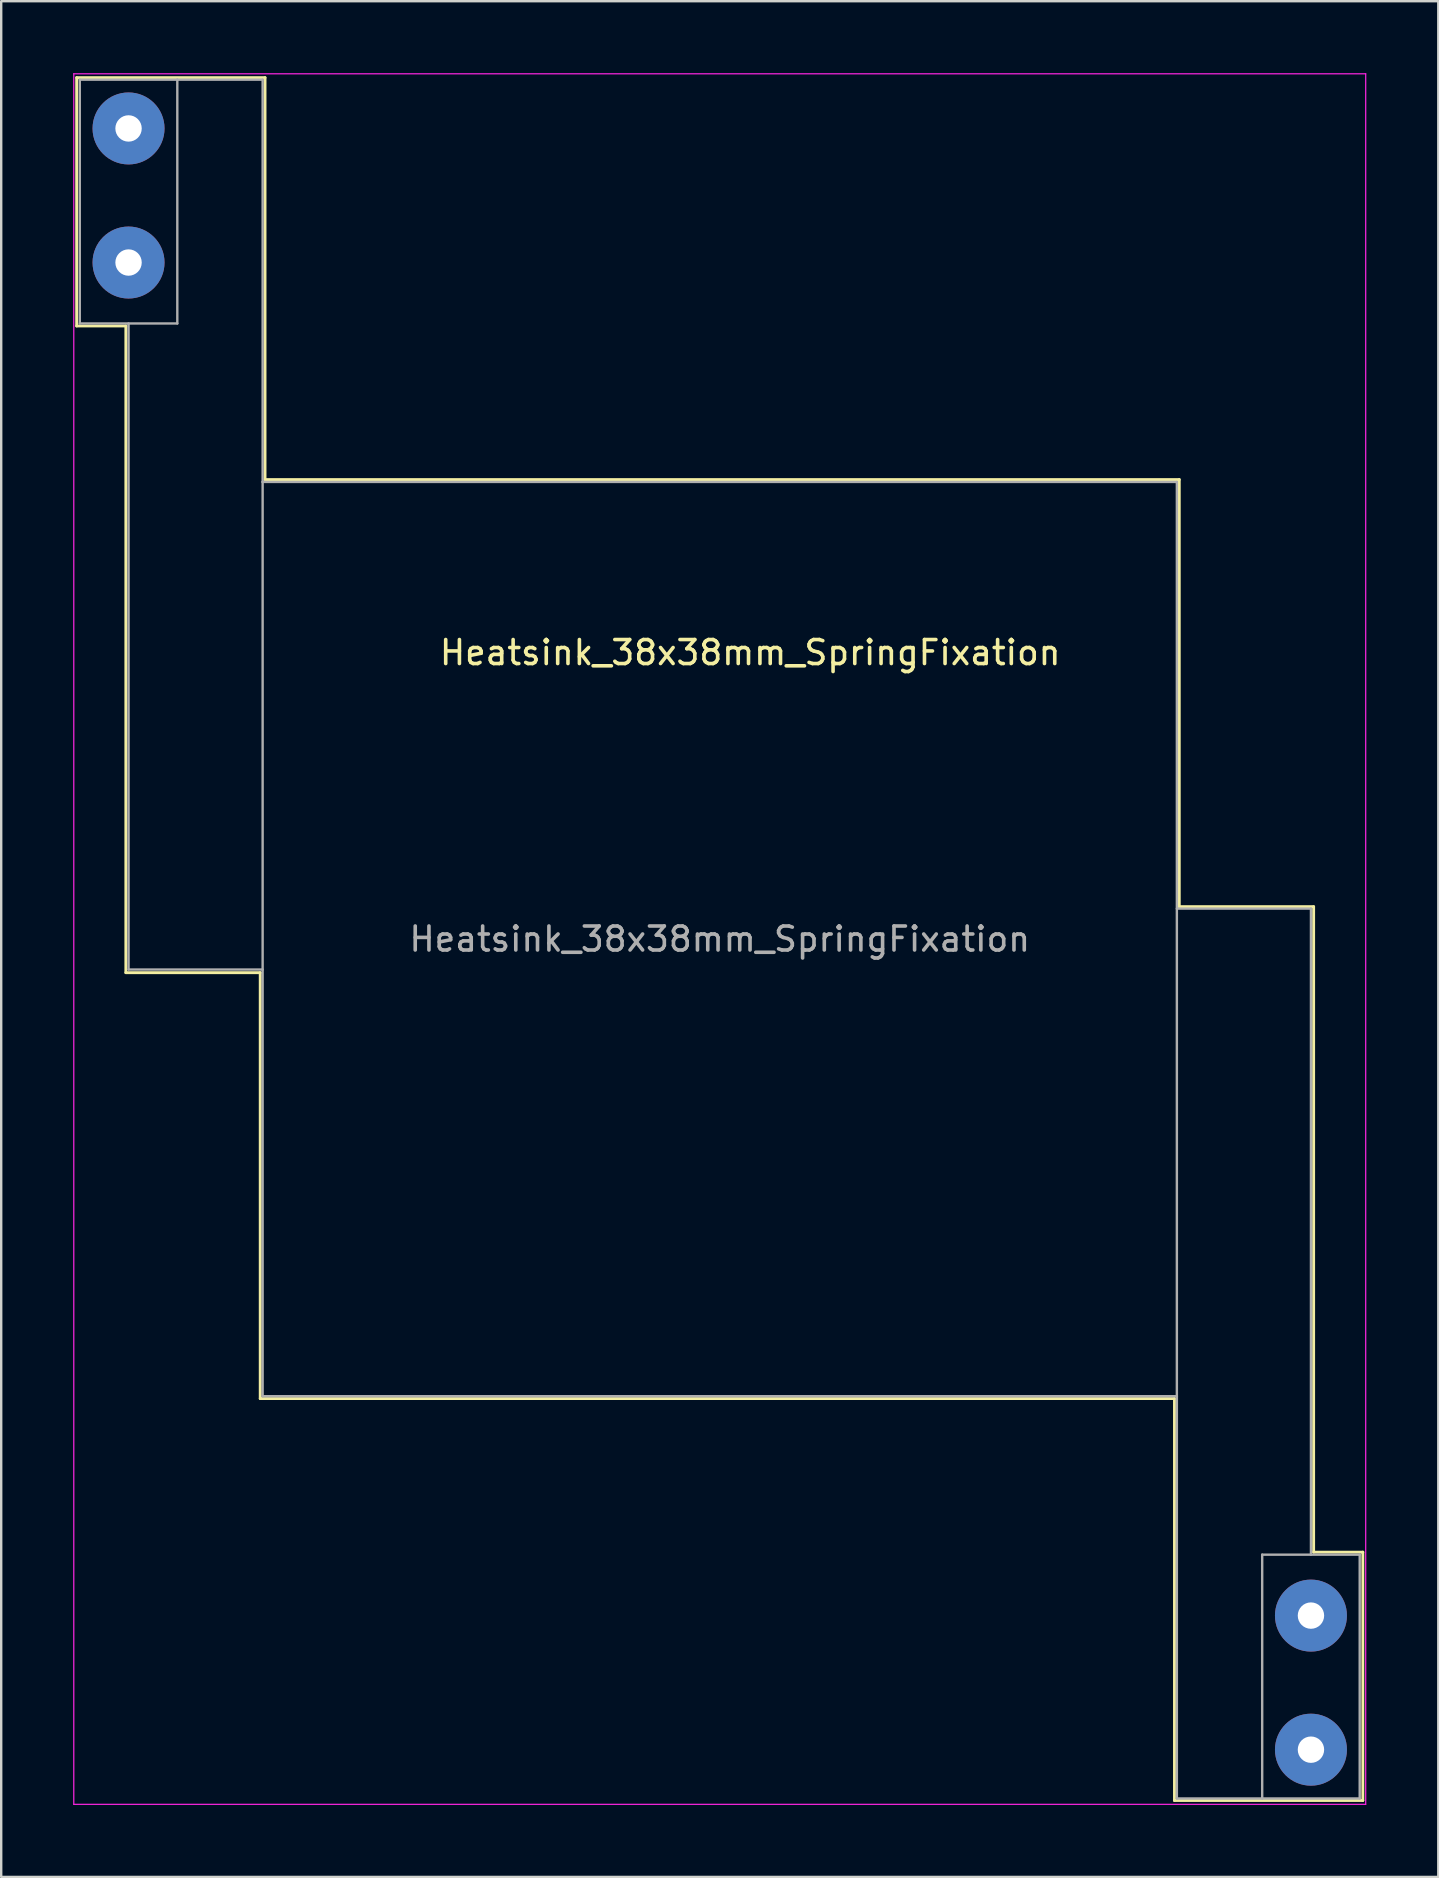
<source format=kicad_pcb>
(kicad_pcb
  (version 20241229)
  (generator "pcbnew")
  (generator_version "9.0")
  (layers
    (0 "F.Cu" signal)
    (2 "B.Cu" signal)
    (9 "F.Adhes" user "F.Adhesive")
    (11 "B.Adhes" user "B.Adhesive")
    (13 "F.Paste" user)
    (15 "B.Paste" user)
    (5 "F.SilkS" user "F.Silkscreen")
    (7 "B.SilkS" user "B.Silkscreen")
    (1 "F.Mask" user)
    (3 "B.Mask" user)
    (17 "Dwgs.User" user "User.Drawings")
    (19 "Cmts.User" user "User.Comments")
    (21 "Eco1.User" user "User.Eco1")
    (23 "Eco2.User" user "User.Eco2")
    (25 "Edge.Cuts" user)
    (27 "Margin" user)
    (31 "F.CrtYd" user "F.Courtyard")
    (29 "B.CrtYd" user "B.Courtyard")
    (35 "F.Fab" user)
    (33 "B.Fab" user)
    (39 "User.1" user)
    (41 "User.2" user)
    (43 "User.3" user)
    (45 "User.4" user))
  (footprint "Heatsink_38x38mm_SpringFixation"
    (layer "F.Cu")
    (at 7.895 55.135)
    (property "Reference" "Heatsink_38x38mm_SpringFixation" (at 20.32 -30.988 0) (layer "F.SilkS") (effects (font (size 1 1) (thickness 0.15))))
    (attr through_hole)
    (fp_line (start -7.75 -54.95) (end -7.75 -44.6) (stroke (width 0.12) (type solid)) (layer "F.SilkS"))
    (fp_line (start -7.75 -44.6) (end -5.7 -44.6) (stroke (width 0.12) (type solid)) (layer "F.SilkS"))
    (fp_line (start -5.7 -44.6) (end -5.7 -17.65) (stroke (width 0.12) (type solid)) (layer "F.SilkS"))
    (fp_line (start -5.7 -17.65) (end -0.1 -17.65) (stroke (width 0.12) (type solid)) (layer "F.SilkS"))
    (fp_line (start -0.1 -17.65) (end -0.1 0.1) (stroke (width 0.12) (type solid)) (layer "F.SilkS"))
    (fp_line (start -0.1 0.1) (end 38 0.1) (stroke (width 0.12) (type solid)) (layer "F.SilkS"))
    (fp_line (start 0.1 -54.95) (end -7.75 -54.95) (stroke (width 0.12) (type solid)) (layer "F.SilkS"))
    (fp_line (start 0.1 -38.2) (end 0.1 -54.95) (stroke (width 0.12) (type solid)) (layer "F.SilkS"))
    (fp_line (start 38 0.1) (end 38 16.85) (stroke (width 0.12) (type solid)) (layer "F.SilkS"))
    (fp_line (start 38 16.85) (end 45.85 16.85) (stroke (width 0.12) (type solid)) (layer "F.SilkS"))
    (fp_line (start 38.2 -38.2) (end 0.1 -38.2) (stroke (width 0.12) (type solid)) (layer "F.SilkS"))
    (fp_line (start 38.2 -20.4) (end 38.2 -38.2) (stroke (width 0.12) (type solid)) (layer "F.SilkS"))
    (fp_line (start 43.8 -20.4) (end 38.2 -20.4) (stroke (width 0.12) (type solid)) (layer "F.SilkS"))
    (fp_line (start 43.8 6.5) (end 43.8 -20.4) (stroke (width 0.12) (type solid)) (layer "F.SilkS"))
    (fp_line (start 45.85 6.5) (end 43.8 6.5) (stroke (width 0.12) (type solid)) (layer "F.SilkS"))
    (fp_line (start 45.85 16.85) (end 45.85 6.5) (stroke (width 0.12) (type solid)) (layer "F.SilkS"))
    (fp_line (start -7.87 -55.11) (end -7.87 17.01) (stroke (width 0.05) (type solid)) (layer "F.CrtYd"))
    (fp_line (start -7.87 -55.11) (end 45.97 -55.11) (stroke (width 0.05) (type solid)) (layer "F.CrtYd"))
    (fp_line (start 45.97 17.01) (end -7.87 17.01) (stroke (width 0.05) (type solid)) (layer "F.CrtYd"))
    (fp_line (start 45.97 17.01) (end 45.97 -55.11) (stroke (width 0.05) (type solid)) (layer "F.CrtYd"))
    (fp_line (start -7.62 -54.864) (end -7.62 -44.704) (stroke (width 0.1) (type solid)) (layer "F.Fab"))
    (fp_line (start -7.62 -44.704) (end -3.556 -44.704) (stroke (width 0.1) (type solid)) (layer "F.Fab"))
    (fp_line (start -5.588 -17.78) (end -5.588 -44.704) (stroke (width 0.1) (type solid)) (layer "F.Fab"))
    (fp_line (start -3.556 -54.864) (end -7.62 -54.864) (stroke (width 0.1) (type solid)) (layer "F.Fab"))
    (fp_line (start -3.556 -54.864) (end 0 -54.864) (stroke (width 0.1) (type solid)) (layer "F.Fab"))
    (fp_line (start -3.556 -44.704) (end -3.556 -54.864) (stroke (width 0.1) (type solid)) (layer "F.Fab"))
    (fp_line (start 0 -54.864) (end 0 -38.1) (stroke (width 0.1) (type solid)) (layer "F.Fab"))
    (fp_line (start 0 -38.1) (end 0 0) (stroke (width 0.1) (type solid)) (layer "F.Fab"))
    (fp_line (start 0 -17.78) (end -5.588 -17.78) (stroke (width 0.1) (type solid)) (layer "F.Fab"))
    (fp_line (start 0 0) (end 38.1 0) (stroke (width 0.1) (type solid)) (layer "F.Fab"))
    (fp_line (start 38.1 -38.1) (end 0 -38.1) (stroke (width 0.1) (type solid)) (layer "F.Fab"))
    (fp_line (start 38.1 -20.32) (end 43.688 -20.32) (stroke (width 0.1) (type solid)) (layer "F.Fab"))
    (fp_line (start 38.1 0) (end 38.1 -38.1) (stroke (width 0.1) (type solid)) (layer "F.Fab"))
    (fp_line (start 38.1 16.764) (end 38.1 0) (stroke (width 0.1) (type solid)) (layer "F.Fab"))
    (fp_line (start 41.656 6.604) (end 41.656 16.764) (stroke (width 0.1) (type solid)) (layer "F.Fab"))
    (fp_line (start 41.656 16.764) (end 38.1 16.764) (stroke (width 0.1) (type solid)) (layer "F.Fab"))
    (fp_line (start 43.688 -20.32) (end 43.688 6.604) (stroke (width 0.1) (type solid)) (layer "F.Fab"))
    (fp_line (start 45.72 6.604) (end 41.656 6.604) (stroke (width 0.1) (type solid)) (layer "F.Fab"))
    (fp_line (start 45.72 6.604) (end 45.72 16.764) (stroke (width 0.1) (type solid)) (layer "F.Fab"))
    (fp_line (start 45.72 16.764) (end 41.656 16.764) (stroke (width 0.1) (type solid)) (layer "F.Fab"))
    (fp_text user "${REFERENCE}" (at 19.05 -19.05 0) (layer "F.Fab") (effects (font (size 1 1) (thickness 0.15))))
    (pad "1" thru_hole circle (at -5.588 -52.832) (size 3 3) (drill 1.1) (layers "*.Cu" "*.Mask"))
    (pad "1" thru_hole circle (at -5.588 -47.244) (size 3 3) (drill 1.1) (layers "*.Cu" "*.Mask"))
    (pad "1" thru_hole circle (at 43.688 9.144) (size 3 3) (drill 1.1) (layers "*.Cu" "*.Mask"))
    (pad "1" thru_hole circle (at 43.688 14.732) (size 3 3) (drill 1.1) (layers "*.Cu" "*.Mask")))
  (gr_rect
    (start -3 -3)
    (end 56.89 75.17)
    (stroke (width 0.1) (type default))
    (fill no)
    (layer "Edge.Cuts")))
</source>
